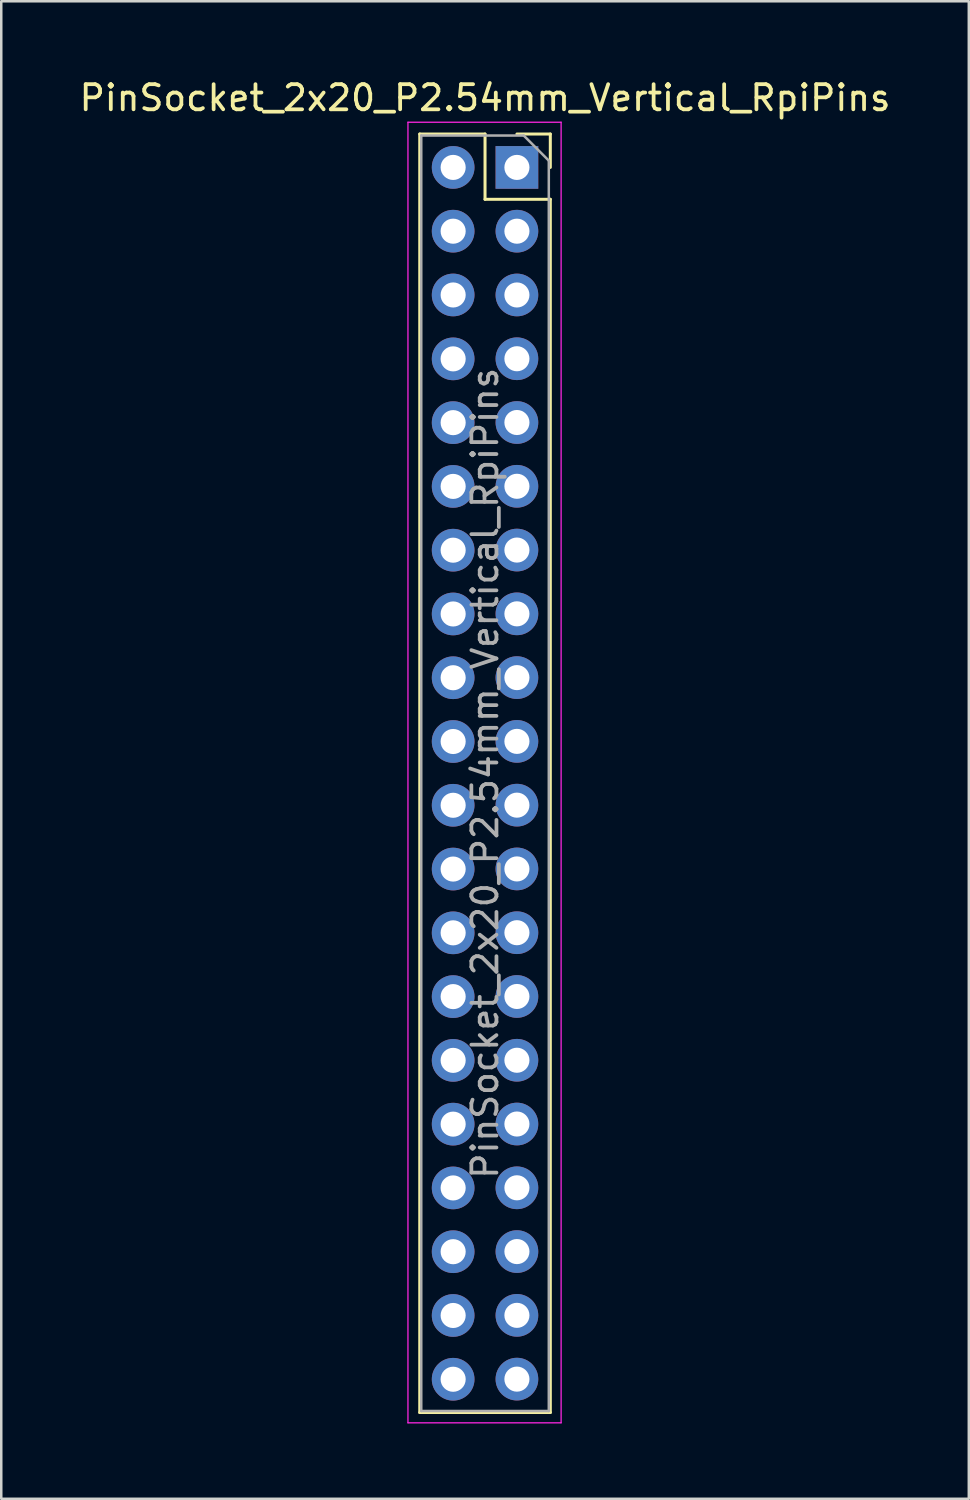
<source format=kicad_pcb>
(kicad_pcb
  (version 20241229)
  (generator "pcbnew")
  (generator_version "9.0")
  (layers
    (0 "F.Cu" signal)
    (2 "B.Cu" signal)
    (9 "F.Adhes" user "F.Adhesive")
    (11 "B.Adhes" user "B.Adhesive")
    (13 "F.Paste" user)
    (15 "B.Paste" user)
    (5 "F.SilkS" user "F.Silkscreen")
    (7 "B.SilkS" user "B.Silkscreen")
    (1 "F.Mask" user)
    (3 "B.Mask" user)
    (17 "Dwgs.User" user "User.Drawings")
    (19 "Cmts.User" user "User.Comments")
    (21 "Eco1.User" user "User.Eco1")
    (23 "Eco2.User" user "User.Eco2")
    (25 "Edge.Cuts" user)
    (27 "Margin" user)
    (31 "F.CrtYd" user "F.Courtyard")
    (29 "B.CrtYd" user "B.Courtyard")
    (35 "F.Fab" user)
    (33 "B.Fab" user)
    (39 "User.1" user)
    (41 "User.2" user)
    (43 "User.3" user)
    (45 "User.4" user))
  (footprint "PinSocket_2x20_P2.54mm_Vertical_RpiPins"
    (layer "F.Cu")
    (at 17.538 3.618)
    (property "Reference" "PinSocket_2x20_P2.54mm_Vertical_RpiPins" (at -1.27 -2.77 0) (layer "F.SilkS") (effects (font (size 1 1) (thickness 0.15))))
    (attr through_hole)
    (fp_line (start -3.87 -1.33) (end -3.87 49.59) (stroke (width 0.12) (type solid)) (layer "F.SilkS"))
    (fp_line (start -3.87 -1.33) (end -1.27 -1.33) (stroke (width 0.12) (type solid)) (layer "F.SilkS"))
    (fp_line (start -3.87 49.59) (end 1.33 49.59) (stroke (width 0.12) (type solid)) (layer "F.SilkS"))
    (fp_line (start -1.27 -1.33) (end -1.27 1.27) (stroke (width 0.12) (type solid)) (layer "F.SilkS"))
    (fp_line (start -1.27 1.27) (end 1.33 1.27) (stroke (width 0.12) (type solid)) (layer "F.SilkS"))
    (fp_line (start 0 -1.33) (end 1.33 -1.33) (stroke (width 0.12) (type solid)) (layer "F.SilkS"))
    (fp_line (start 1.33 -1.33) (end 1.33 0) (stroke (width 0.12) (type solid)) (layer "F.SilkS"))
    (fp_line (start 1.33 1.27) (end 1.33 49.59) (stroke (width 0.12) (type solid)) (layer "F.SilkS"))
    (fp_line (start -4.34 -1.8) (end 1.76 -1.8) (stroke (width 0.05) (type solid)) (layer "F.CrtYd"))
    (fp_line (start -4.34 50) (end -4.34 -1.8) (stroke (width 0.05) (type solid)) (layer "F.CrtYd"))
    (fp_line (start 1.76 -1.8) (end 1.76 50) (stroke (width 0.05) (type solid)) (layer "F.CrtYd"))
    (fp_line (start 1.76 50) (end -4.34 50) (stroke (width 0.05) (type solid)) (layer "F.CrtYd"))
    (fp_line (start -3.81 -1.27) (end 0.27 -1.27) (stroke (width 0.1) (type solid)) (layer "F.Fab"))
    (fp_line (start -3.81 49.53) (end -3.81 -1.27) (stroke (width 0.1) (type solid)) (layer "F.Fab"))
    (fp_line (start 0.27 -1.27) (end 1.27 -0.27) (stroke (width 0.1) (type solid)) (layer "F.Fab"))
    (fp_line (start 1.27 -0.27) (end 1.27 49.53) (stroke (width 0.1) (type solid)) (layer "F.Fab"))
    (fp_line (start 1.27 49.53) (end -3.81 49.53) (stroke (width 0.1) (type solid)) (layer "F.Fab"))
    (fp_text user "${REFERENCE}" (at -1.27 24.13 90) (layer "F.Fab") (effects (font (size 1 1) (thickness 0.15))))
    (pad "1" thru_hole circle (at -2.54 0) (size 1.7 1.7) (drill 1) (layers "*.Cu" "*.Mask"))
    (pad "2" thru_hole rect (at 0 0) (size 1.7 1.7) (drill 1) (layers "*.Cu" "*.Mask"))
    (pad "3" thru_hole circle (at -2.54 2.54) (size 1.7 1.7) (drill 1) (layers "*.Cu" "*.Mask"))
    (pad "4" thru_hole circle (at 0 2.54) (size 1.7 1.7) (drill 1) (layers "*.Cu" "*.Mask"))
    (pad "5" thru_hole circle (at -2.54 5.08) (size 1.7 1.7) (drill 1) (layers "*.Cu" "*.Mask"))
    (pad "6" thru_hole circle (at 0 5.08) (size 1.7 1.7) (drill 1) (layers "*.Cu" "*.Mask"))
    (pad "7" thru_hole circle (at -2.54 7.625) (size 1.7 1.7) (drill 1) (layers "*.Cu" "*.Mask"))
    (pad "8" thru_hole circle (at 0 7.62) (size 1.7 1.7) (drill 1) (layers "*.Cu" "*.Mask"))
    (pad "9" thru_hole circle (at -2.54 10.165) (size 1.7 1.7) (drill 1) (layers "*.Cu" "*.Mask"))
    (pad "10" thru_hole circle (at 0 10.16) (size 1.7 1.7) (drill 1) (layers "*.Cu" "*.Mask"))
    (pad "11" thru_hole circle (at -2.54 12.705) (size 1.7 1.7) (drill 1) (layers "*.Cu" "*.Mask"))
    (pad "12" thru_hole circle (at 0 12.7) (size 1.7 1.7) (drill 1) (layers "*.Cu" "*.Mask"))
    (pad "13" thru_hole circle (at -2.54 15.245) (size 1.7 1.7) (drill 1) (layers "*.Cu" "*.Mask"))
    (pad "14" thru_hole circle (at 0 15.24) (size 1.7 1.7) (drill 1) (layers "*.Cu" "*.Mask"))
    (pad "15" thru_hole circle (at -2.54 17.785) (size 1.7 1.7) (drill 1) (layers "*.Cu" "*.Mask"))
    (pad "16" thru_hole circle (at 0 17.78) (size 1.7 1.7) (drill 1) (layers "*.Cu" "*.Mask"))
    (pad "17" thru_hole circle (at -2.54 20.325) (size 1.7 1.7) (drill 1) (layers "*.Cu" "*.Mask"))
    (pad "18" thru_hole circle (at 0 20.32) (size 1.7 1.7) (drill 1) (layers "*.Cu" "*.Mask"))
    (pad "19" thru_hole circle (at -2.54 22.865) (size 1.7 1.7) (drill 1) (layers "*.Cu" "*.Mask"))
    (pad "20" thru_hole circle (at 0 22.86) (size 1.7 1.7) (drill 1) (layers "*.Cu" "*.Mask"))
    (pad "21" thru_hole circle (at -2.54 25.405) (size 1.7 1.7) (drill 1) (layers "*.Cu" "*.Mask"))
    (pad "22" thru_hole circle (at 0 25.4) (size 1.7 1.7) (drill 1) (layers "*.Cu" "*.Mask"))
    (pad "23" thru_hole circle (at -2.54 27.945) (size 1.7 1.7) (drill 1) (layers "*.Cu" "*.Mask"))
    (pad "24" thru_hole circle (at 0 27.94) (size 1.7 1.7) (drill 1) (layers "*.Cu" "*.Mask"))
    (pad "25" thru_hole circle (at -2.54 30.485) (size 1.7 1.7) (drill 1) (layers "*.Cu" "*.Mask"))
    (pad "26" thru_hole circle (at 0 30.48) (size 1.7 1.7) (drill 1) (layers "*.Cu" "*.Mask"))
    (pad "27" thru_hole circle (at -2.54 33.025) (size 1.7 1.7) (drill 1) (layers "*.Cu" "*.Mask"))
    (pad "28" thru_hole circle (at 0 33.02) (size 1.7 1.7) (drill 1) (layers "*.Cu" "*.Mask"))
    (pad "29" thru_hole circle (at -2.54 35.565) (size 1.7 1.7) (drill 1) (layers "*.Cu" "*.Mask"))
    (pad "30" thru_hole circle (at 0 35.56) (size 1.7 1.7) (drill 1) (layers "*.Cu" "*.Mask"))
    (pad "31" thru_hole circle (at -2.54 38.105) (size 1.7 1.7) (drill 1) (layers "*.Cu" "*.Mask"))
    (pad "32" thru_hole circle (at 0 38.1) (size 1.7 1.7) (drill 1) (layers "*.Cu" "*.Mask"))
    (pad "33" thru_hole circle (at -2.54 40.645) (size 1.7 1.7) (drill 1) (layers "*.Cu" "*.Mask"))
    (pad "34" thru_hole circle (at 0 40.64) (size 1.7 1.7) (drill 1) (layers "*.Cu" "*.Mask"))
    (pad "35" thru_hole circle (at -2.54 43.185) (size 1.7 1.7) (drill 1) (layers "*.Cu" "*.Mask"))
    (pad "36" thru_hole circle (at 0 43.18) (size 1.7 1.7) (drill 1) (layers "*.Cu" "*.Mask"))
    (pad "37" thru_hole circle (at -2.54 45.725) (size 1.7 1.7) (drill 1) (layers "*.Cu" "*.Mask"))
    (pad "38" thru_hole circle (at 0 45.72) (size 1.7 1.7) (drill 1) (layers "*.Cu" "*.Mask"))
    (pad "39" thru_hole circle (at -2.54 48.265) (size 1.7 1.7) (drill 1) (layers "*.Cu" "*.Mask"))
    (pad "40" thru_hole circle (at 0 48.26) (size 1.7 1.7) (drill 1) (layers "*.Cu" "*.Mask")))
  (gr_rect
    (start -3 -3)
    (end 35.536 56.643)
    (stroke (width 0.1) (type default))
    (fill no)
    (layer "Edge.Cuts")))
</source>
